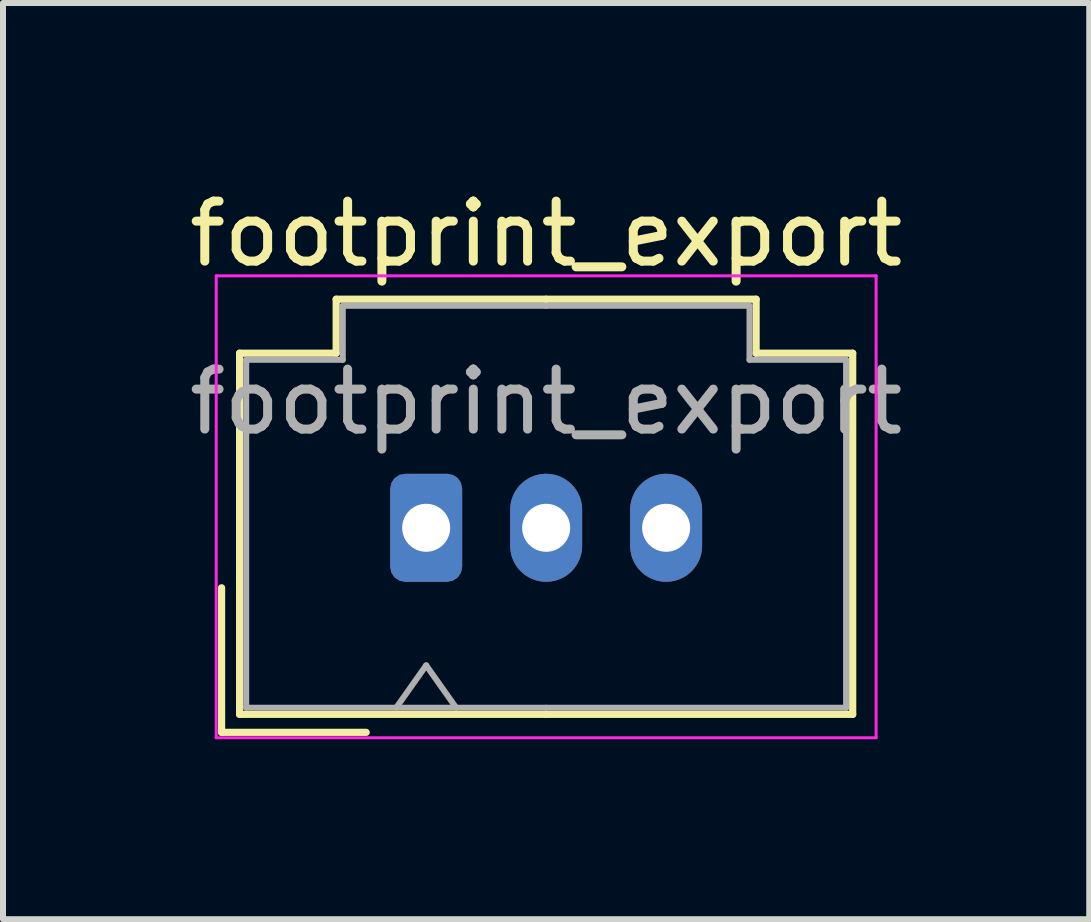
<source format=kicad_pcb>
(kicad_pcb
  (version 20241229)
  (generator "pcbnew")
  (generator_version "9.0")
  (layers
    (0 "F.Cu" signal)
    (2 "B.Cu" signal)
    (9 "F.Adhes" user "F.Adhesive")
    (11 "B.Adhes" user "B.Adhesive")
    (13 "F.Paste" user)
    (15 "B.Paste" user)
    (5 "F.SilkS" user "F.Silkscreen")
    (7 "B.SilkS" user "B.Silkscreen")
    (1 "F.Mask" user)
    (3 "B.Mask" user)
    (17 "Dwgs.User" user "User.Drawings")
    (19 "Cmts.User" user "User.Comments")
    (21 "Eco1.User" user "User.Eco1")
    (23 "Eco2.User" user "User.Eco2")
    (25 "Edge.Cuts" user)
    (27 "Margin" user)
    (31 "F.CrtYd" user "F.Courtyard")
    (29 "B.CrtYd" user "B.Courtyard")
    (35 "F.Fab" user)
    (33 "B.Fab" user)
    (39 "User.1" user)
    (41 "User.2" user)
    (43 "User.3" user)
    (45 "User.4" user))
  (footprint "footprint_export"
    (layer "F.Cu")
    (at 4.054 5.748)
    (property "Reference" "footprint_export" (at 2 -4.9 0) (layer "F.SilkS") (effects (font (size 1 1) (thickness 0.15))))
    (attr through_hole)
    (fp_line (start -3.41 1) (end -3.41 3.41) (stroke (width 0.12) (type solid)) (layer "F.SilkS"))
    (fp_line (start -3.41 3.41) (end -1 3.41) (stroke (width 0.12) (type solid)) (layer "F.SilkS"))
    (fp_line (start -3.11 -2.91) (end -3.11 3.11) (stroke (width 0.12) (type solid)) (layer "F.SilkS"))
    (fp_line (start -3.11 3.11) (end 2 3.11) (stroke (width 0.12) (type solid)) (layer "F.SilkS"))
    (fp_line (start -1.5 -3.81) (end -1.5 -2.91) (stroke (width 0.12) (type solid)) (layer "F.SilkS"))
    (fp_line (start -1.5 -2.91) (end -3.11 -2.91) (stroke (width 0.12) (type solid)) (layer "F.SilkS"))
    (fp_line (start 2 -3.81) (end -1.5 -3.81) (stroke (width 0.12) (type solid)) (layer "F.SilkS"))
    (fp_line (start 2 -3.81) (end 5.5 -3.81) (stroke (width 0.12) (type solid)) (layer "F.SilkS"))
    (fp_line (start 5.5 -3.81) (end 5.5 -2.91) (stroke (width 0.12) (type solid)) (layer "F.SilkS"))
    (fp_line (start 5.5 -2.91) (end 7.11 -2.91) (stroke (width 0.12) (type solid)) (layer "F.SilkS"))
    (fp_line (start 7.11 -2.91) (end 7.11 3.11) (stroke (width 0.12) (type solid)) (layer "F.SilkS"))
    (fp_line (start 7.11 3.11) (end 2 3.11) (stroke (width 0.12) (type solid)) (layer "F.SilkS"))
    (fp_line (start -3.5 -4.2) (end -3.5 3.5) (stroke (width 0.05) (type solid)) (layer "F.CrtYd"))
    (fp_line (start -3.5 3.5) (end 7.5 3.5) (stroke (width 0.05) (type solid)) (layer "F.CrtYd"))
    (fp_line (start 7.5 -4.2) (end -3.5 -4.2) (stroke (width 0.05) (type solid)) (layer "F.CrtYd"))
    (fp_line (start 7.5 3.5) (end 7.5 -4.2) (stroke (width 0.05) (type solid)) (layer "F.CrtYd"))
    (fp_line (start -3 -2.8) (end -3 3) (stroke (width 0.1) (type solid)) (layer "F.Fab"))
    (fp_line (start -3 3) (end 2 3) (stroke (width 0.1) (type solid)) (layer "F.Fab"))
    (fp_line (start -1.39 -3.7) (end -1.39 -2.8) (stroke (width 0.1) (type solid)) (layer "F.Fab"))
    (fp_line (start -1.39 -2.8) (end -3 -2.8) (stroke (width 0.1) (type solid)) (layer "F.Fab"))
    (fp_line (start -0.5 3) (end 0 2.293) (stroke (width 0.1) (type solid)) (layer "F.Fab"))
    (fp_line (start 0 2.293) (end 0.5 3) (stroke (width 0.1) (type solid)) (layer "F.Fab"))
    (fp_line (start 2 -3.7) (end -1.39 -3.7) (stroke (width 0.1) (type solid)) (layer "F.Fab"))
    (fp_line (start 2 -3.7) (end 5.39 -3.7) (stroke (width 0.1) (type solid)) (layer "F.Fab"))
    (fp_line (start 5.39 -3.7) (end 5.39 -2.8) (stroke (width 0.1) (type solid)) (layer "F.Fab"))
    (fp_line (start 5.39 -2.8) (end 7 -2.8) (stroke (width 0.1) (type solid)) (layer "F.Fab"))
    (fp_line (start 7 -2.8) (end 7 3) (stroke (width 0.1) (type solid)) (layer "F.Fab"))
    (fp_line (start 7 3) (end 2 3) (stroke (width 0.1) (type solid)) (layer "F.Fab"))
    (fp_text user "${REFERENCE}" (at 2 -2.1 0) (layer "F.Fab") (effects (font (size 1 1) (thickness 0.15))))
    (pad "1" thru_hole roundrect (at 0 0) (size 1.2 1.8) (drill 0.8) (layers "*.Cu" "*.Mask") (roundrect_rratio 0.208))
    (pad "2" thru_hole oval (at 2 0) (size 1.2 1.8) (drill 0.8) (layers "*.Cu" "*.Mask"))
    (pad "3" thru_hole oval (at 4 0) (size 1.2 1.8) (drill 0.8) (layers "*.Cu" "*.Mask")))
  (gr_rect
    (start -3 -3)
    (end 15.107 12.273)
    (stroke (width 0.1) (type default))
    (fill no)
    (layer "Edge.Cuts")))
</source>
